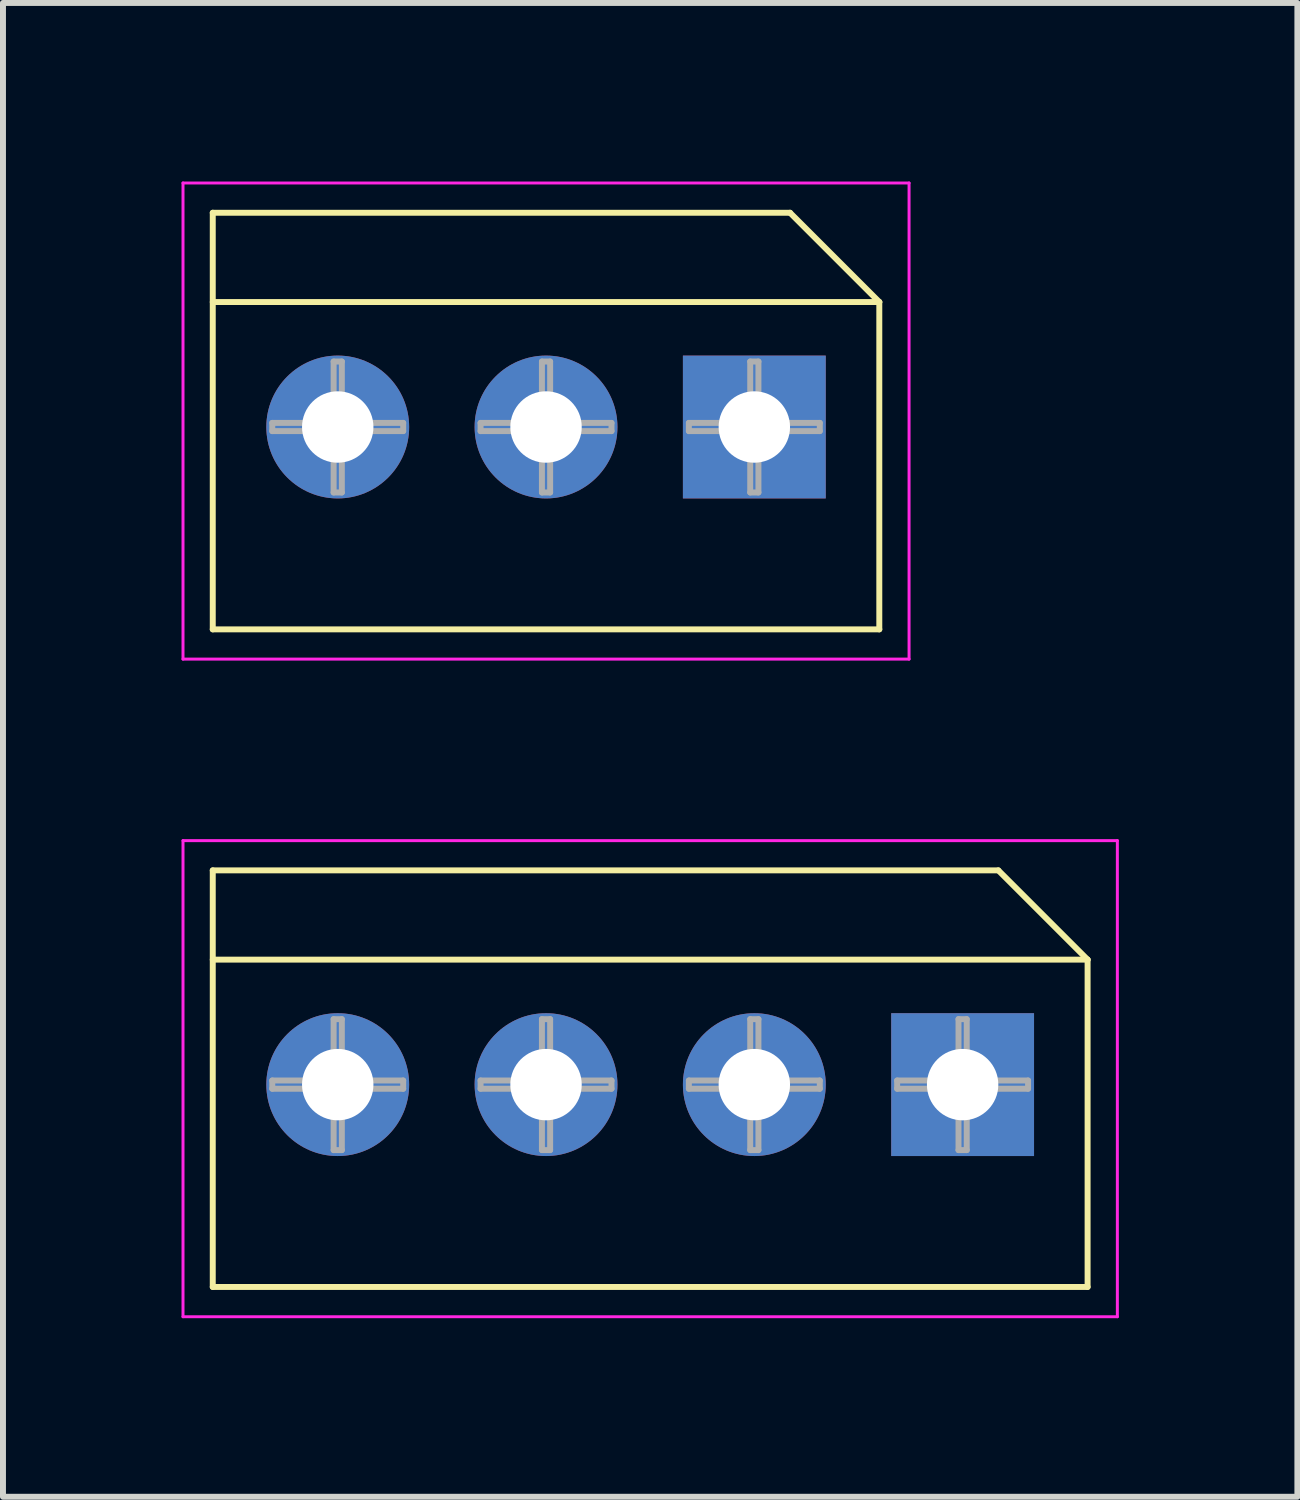
<source format=kicad_pcb>
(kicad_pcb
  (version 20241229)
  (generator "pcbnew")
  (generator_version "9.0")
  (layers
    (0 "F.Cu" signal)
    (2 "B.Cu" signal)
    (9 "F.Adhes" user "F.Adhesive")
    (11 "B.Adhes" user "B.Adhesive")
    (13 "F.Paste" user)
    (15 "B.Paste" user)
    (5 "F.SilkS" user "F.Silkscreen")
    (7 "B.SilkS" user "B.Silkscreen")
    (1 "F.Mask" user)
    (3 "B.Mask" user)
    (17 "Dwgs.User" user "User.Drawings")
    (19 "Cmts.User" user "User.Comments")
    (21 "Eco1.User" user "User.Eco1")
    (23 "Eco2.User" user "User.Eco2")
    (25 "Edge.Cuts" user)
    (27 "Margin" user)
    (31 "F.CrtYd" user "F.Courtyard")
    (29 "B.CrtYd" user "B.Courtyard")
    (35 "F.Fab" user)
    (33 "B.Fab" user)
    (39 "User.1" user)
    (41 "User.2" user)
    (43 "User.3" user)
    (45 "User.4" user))
  (footprint "TerminalBlock_3P_3.5mm"
    (layer "F.Cu")
    (at 6.305 3.96)
    (property "Reference" "TerminalBlock_3P_3.5mm" (at -0.142 -1.61 0) (layer "Eco2.User") (effects (font (size 0.3 0.3) (thickness 0.075))))
    (attr through_hole)
    (fp_line (start -5.78 -3.435) (end 3.92 -3.435) (stroke (width 0.1) (type solid)) (layer "F.SilkS"))
    (fp_line (start -5.78 3.565) (end -5.78 -3.435) (stroke (width 0.1) (type solid)) (layer "F.SilkS"))
    (fp_line (start 3.92 -3.435) (end 5.42 -1.935) (stroke (width 0.1) (type solid)) (layer "F.SilkS"))
    (fp_line (start 5.42 -1.935) (end -5.78 -1.935) (stroke (width 0.1) (type solid)) (layer "F.SilkS"))
    (fp_line (start 5.42 -1.935) (end 5.42 3.565) (stroke (width 0.1) (type solid)) (layer "F.SilkS"))
    (fp_line (start 5.42 3.565) (end -5.78 3.565) (stroke (width 0.1) (type solid)) (layer "F.SilkS"))
    (fp_line (start -6.28 -3.935) (end -6.28 4.065) (stroke (width 0.05) (type solid)) (layer "F.CrtYd"))
    (fp_line (start -6.28 4.065) (end 5.92 4.065) (stroke (width 0.05) (type solid)) (layer "F.CrtYd"))
    (fp_line (start 5.92 -3.935) (end -6.28 -3.935) (stroke (width 0.05) (type solid)) (layer "F.CrtYd"))
    (fp_line (start 5.92 4.065) (end 5.92 -3.935) (stroke (width 0.05) (type solid)) (layer "F.CrtYd"))
    (fp_line (start -4.78 0.096) (end -3.749 0.096) (stroke (width 0.1) (type solid)) (layer "F.Fab"))
    (fp_line (start -4.78 0.234) (end -4.78 0.096) (stroke (width 0.1) (type solid)) (layer "F.Fab"))
    (fp_line (start -3.749 -0.935) (end -3.611 -0.935) (stroke (width 0.1) (type solid)) (layer "F.Fab"))
    (fp_line (start -3.749 0.096) (end -3.749 -0.935) (stroke (width 0.1) (type solid)) (layer "F.Fab"))
    (fp_line (start -3.749 0.234) (end -4.78 0.234) (stroke (width 0.1) (type solid)) (layer "F.Fab"))
    (fp_line (start -3.749 1.265) (end -3.749 0.234) (stroke (width 0.1) (type solid)) (layer "F.Fab"))
    (fp_line (start -3.611 -0.935) (end -3.611 0.096) (stroke (width 0.1) (type solid)) (layer "F.Fab"))
    (fp_line (start -3.611 0.096) (end -2.58 0.096) (stroke (width 0.1) (type solid)) (layer "F.Fab"))
    (fp_line (start -3.611 0.234) (end -3.611 1.265) (stroke (width 0.1) (type solid)) (layer "F.Fab"))
    (fp_line (start -3.611 1.265) (end -3.749 1.265) (stroke (width 0.1) (type solid)) (layer "F.Fab"))
    (fp_line (start -2.58 0.096) (end -2.58 0.234) (stroke (width 0.1) (type solid)) (layer "F.Fab"))
    (fp_line (start -2.58 0.234) (end -3.611 0.234) (stroke (width 0.1) (type solid)) (layer "F.Fab"))
    (fp_line (start -1.28 0.096) (end -0.249 0.096) (stroke (width 0.1) (type solid)) (layer "F.Fab"))
    (fp_line (start -1.28 0.234) (end -1.28 0.096) (stroke (width 0.1) (type solid)) (layer "F.Fab"))
    (fp_line (start -0.249 -0.935) (end -0.111 -0.935) (stroke (width 0.1) (type solid)) (layer "F.Fab"))
    (fp_line (start -0.249 0.096) (end -0.249 -0.935) (stroke (width 0.1) (type solid)) (layer "F.Fab"))
    (fp_line (start -0.249 0.234) (end -1.28 0.234) (stroke (width 0.1) (type solid)) (layer "F.Fab"))
    (fp_line (start -0.249 1.265) (end -0.249 0.234) (stroke (width 0.1) (type solid)) (layer "F.Fab"))
    (fp_line (start -0.111 -0.935) (end -0.111 0.096) (stroke (width 0.1) (type solid)) (layer "F.Fab"))
    (fp_line (start -0.111 0.096) (end 0.92 0.096) (stroke (width 0.1) (type solid)) (layer "F.Fab"))
    (fp_line (start -0.111 0.234) (end -0.111 1.265) (stroke (width 0.1) (type solid)) (layer "F.Fab"))
    (fp_line (start -0.111 1.265) (end -0.249 1.265) (stroke (width 0.1) (type solid)) (layer "F.Fab"))
    (fp_line (start 0.92 0.096) (end 0.92 0.234) (stroke (width 0.1) (type solid)) (layer "F.Fab"))
    (fp_line (start 0.92 0.234) (end -0.111 0.234) (stroke (width 0.1) (type solid)) (layer "F.Fab"))
    (fp_line (start 2.22 0.096) (end 3.251 0.096) (stroke (width 0.1) (type solid)) (layer "F.Fab"))
    (fp_line (start 2.22 0.234) (end 2.22 0.096) (stroke (width 0.1) (type solid)) (layer "F.Fab"))
    (fp_line (start 3.251 -0.935) (end 3.389 -0.935) (stroke (width 0.1) (type solid)) (layer "F.Fab"))
    (fp_line (start 3.251 0.096) (end 3.251 -0.935) (stroke (width 0.1) (type solid)) (layer "F.Fab"))
    (fp_line (start 3.251 0.234) (end 2.22 0.234) (stroke (width 0.1) (type solid)) (layer "F.Fab"))
    (fp_line (start 3.251 1.265) (end 3.251 0.234) (stroke (width 0.1) (type solid)) (layer "F.Fab"))
    (fp_line (start 3.389 -0.935) (end 3.389 0.096) (stroke (width 0.1) (type solid)) (layer "F.Fab"))
    (fp_line (start 3.389 0.096) (end 4.42 0.096) (stroke (width 0.1) (type solid)) (layer "F.Fab"))
    (fp_line (start 3.389 0.234) (end 3.389 1.265) (stroke (width 0.1) (type solid)) (layer "F.Fab"))
    (fp_line (start 3.389 1.265) (end 3.251 1.265) (stroke (width 0.1) (type solid)) (layer "F.Fab"))
    (fp_line (start 4.42 0.096) (end 4.42 0.234) (stroke (width 0.1) (type solid)) (layer "F.Fab"))
    (fp_line (start 4.42 0.234) (end 3.389 0.234) (stroke (width 0.1) (type solid)) (layer "F.Fab"))
    (pad "1" thru_hole rect (at 3.32 0.165 180) (size 2.4 2.4) (drill 1.2) (layers "*.Cu" "*.Mask"))
    (pad "2" thru_hole circle (at -0.18 0.165 180) (size 2.4 2.4) (drill 1.2) (layers "*.Cu" "*.Mask"))
    (pad "3" thru_hole circle (at -3.68 0.165 180) (size 2.4 2.4) (drill 1.2) (layers "*.Cu" "*.Mask")))
  (footprint "TerminalBlock_4P_3.5mm"
    (layer "F.Cu")
    (at 7.844 15.015)
    (property "Reference" "TerminalBlock_4P_3.5mm" (at -0.127 -1.222 0) (layer "Eco2.User") (effects (font (size 0.3 0.3) (thickness 0.075))))
    (attr through_hole)
    (fp_line (start -7.319 -3.44) (end 5.881 -3.44) (stroke (width 0.1) (type solid)) (layer "F.SilkS"))
    (fp_line (start -7.319 3.56) (end -7.319 -3.44) (stroke (width 0.1) (type solid)) (layer "F.SilkS"))
    (fp_line (start 5.881 -3.44) (end 7.381 -1.94) (stroke (width 0.1) (type solid)) (layer "F.SilkS"))
    (fp_line (start 7.381 -1.94) (end -7.319 -1.94) (stroke (width 0.1) (type solid)) (layer "F.SilkS"))
    (fp_line (start 7.381 -1.94) (end 7.381 3.56) (stroke (width 0.1) (type solid)) (layer "F.SilkS"))
    (fp_line (start 7.381 3.56) (end -7.319 3.56) (stroke (width 0.1) (type solid)) (layer "F.SilkS"))
    (fp_line (start -7.819 -3.94) (end -7.819 4.06) (stroke (width 0.05) (type solid)) (layer "F.CrtYd"))
    (fp_line (start -7.819 4.06) (end 7.881 4.06) (stroke (width 0.05) (type solid)) (layer "F.CrtYd"))
    (fp_line (start 7.881 -3.94) (end -7.819 -3.94) (stroke (width 0.05) (type solid)) (layer "F.CrtYd"))
    (fp_line (start 7.881 4.06) (end 7.881 -3.94) (stroke (width 0.05) (type solid)) (layer "F.CrtYd"))
    (fp_line (start -6.319 0.091) (end -5.288 0.091) (stroke (width 0.1) (type solid)) (layer "F.Fab"))
    (fp_line (start -6.319 0.229) (end -6.319 0.091) (stroke (width 0.1) (type solid)) (layer "F.Fab"))
    (fp_line (start -5.288 -0.94) (end -5.15 -0.94) (stroke (width 0.1) (type solid)) (layer "F.Fab"))
    (fp_line (start -5.288 0.091) (end -5.288 -0.94) (stroke (width 0.1) (type solid)) (layer "F.Fab"))
    (fp_line (start -5.288 0.229) (end -6.319 0.229) (stroke (width 0.1) (type solid)) (layer "F.Fab"))
    (fp_line (start -5.288 1.26) (end -5.288 0.229) (stroke (width 0.1) (type solid)) (layer "F.Fab"))
    (fp_line (start -5.15 -0.94) (end -5.15 0.091) (stroke (width 0.1) (type solid)) (layer "F.Fab"))
    (fp_line (start -5.15 0.091) (end -4.119 0.091) (stroke (width 0.1) (type solid)) (layer "F.Fab"))
    (fp_line (start -5.15 0.229) (end -5.15 1.26) (stroke (width 0.1) (type solid)) (layer "F.Fab"))
    (fp_line (start -5.15 1.26) (end -5.288 1.26) (stroke (width 0.1) (type solid)) (layer "F.Fab"))
    (fp_line (start -4.119 0.091) (end -4.119 0.229) (stroke (width 0.1) (type solid)) (layer "F.Fab"))
    (fp_line (start -4.119 0.229) (end -5.15 0.229) (stroke (width 0.1) (type solid)) (layer "F.Fab"))
    (fp_line (start -2.819 0.091) (end -1.788 0.091) (stroke (width 0.1) (type solid)) (layer "F.Fab"))
    (fp_line (start -2.819 0.229) (end -2.819 0.091) (stroke (width 0.1) (type solid)) (layer "F.Fab"))
    (fp_line (start -1.788 -0.94) (end -1.65 -0.94) (stroke (width 0.1) (type solid)) (layer "F.Fab"))
    (fp_line (start -1.788 0.091) (end -1.788 -0.94) (stroke (width 0.1) (type solid)) (layer "F.Fab"))
    (fp_line (start -1.788 0.229) (end -2.819 0.229) (stroke (width 0.1) (type solid)) (layer "F.Fab"))
    (fp_line (start -1.788 1.26) (end -1.788 0.229) (stroke (width 0.1) (type solid)) (layer "F.Fab"))
    (fp_line (start -1.65 -0.94) (end -1.65 0.091) (stroke (width 0.1) (type solid)) (layer "F.Fab"))
    (fp_line (start -1.65 0.091) (end -0.619 0.091) (stroke (width 0.1) (type solid)) (layer "F.Fab"))
    (fp_line (start -1.65 0.229) (end -1.65 1.26) (stroke (width 0.1) (type solid)) (layer "F.Fab"))
    (fp_line (start -1.65 1.26) (end -1.788 1.26) (stroke (width 0.1) (type solid)) (layer "F.Fab"))
    (fp_line (start -0.619 0.091) (end -0.619 0.229) (stroke (width 0.1) (type solid)) (layer "F.Fab"))
    (fp_line (start -0.619 0.229) (end -1.65 0.229) (stroke (width 0.1) (type solid)) (layer "F.Fab"))
    (fp_line (start 0.681 0.091) (end 1.712 0.091) (stroke (width 0.1) (type solid)) (layer "F.Fab"))
    (fp_line (start 0.681 0.229) (end 0.681 0.091) (stroke (width 0.1) (type solid)) (layer "F.Fab"))
    (fp_line (start 1.712 -0.94) (end 1.85 -0.94) (stroke (width 0.1) (type solid)) (layer "F.Fab"))
    (fp_line (start 1.712 0.091) (end 1.712 -0.94) (stroke (width 0.1) (type solid)) (layer "F.Fab"))
    (fp_line (start 1.712 0.229) (end 0.681 0.229) (stroke (width 0.1) (type solid)) (layer "F.Fab"))
    (fp_line (start 1.712 1.26) (end 1.712 0.229) (stroke (width 0.1) (type solid)) (layer "F.Fab"))
    (fp_line (start 1.85 -0.94) (end 1.85 0.091) (stroke (width 0.1) (type solid)) (layer "F.Fab"))
    (fp_line (start 1.85 0.091) (end 2.881 0.091) (stroke (width 0.1) (type solid)) (layer "F.Fab"))
    (fp_line (start 1.85 0.229) (end 1.85 1.26) (stroke (width 0.1) (type solid)) (layer "F.Fab"))
    (fp_line (start 1.85 1.26) (end 1.712 1.26) (stroke (width 0.1) (type solid)) (layer "F.Fab"))
    (fp_line (start 2.881 0.091) (end 2.881 0.229) (stroke (width 0.1) (type solid)) (layer "F.Fab"))
    (fp_line (start 2.881 0.229) (end 1.85 0.229) (stroke (width 0.1) (type solid)) (layer "F.Fab"))
    (fp_line (start 4.181 0.091) (end 5.212 0.091) (stroke (width 0.1) (type solid)) (layer "F.Fab"))
    (fp_line (start 4.181 0.229) (end 4.181 0.091) (stroke (width 0.1) (type solid)) (layer "F.Fab"))
    (fp_line (start 5.212 -0.94) (end 5.35 -0.94) (stroke (width 0.1) (type solid)) (layer "F.Fab"))
    (fp_line (start 5.212 0.091) (end 5.212 -0.94) (stroke (width 0.1) (type solid)) (layer "F.Fab"))
    (fp_line (start 5.212 0.229) (end 4.181 0.229) (stroke (width 0.1) (type solid)) (layer "F.Fab"))
    (fp_line (start 5.212 1.26) (end 5.212 0.229) (stroke (width 0.1) (type solid)) (layer "F.Fab"))
    (fp_line (start 5.35 -0.94) (end 5.35 0.091) (stroke (width 0.1) (type solid)) (layer "F.Fab"))
    (fp_line (start 5.35 0.091) (end 6.381 0.091) (stroke (width 0.1) (type solid)) (layer "F.Fab"))
    (fp_line (start 5.35 0.229) (end 5.35 1.26) (stroke (width 0.1) (type solid)) (layer "F.Fab"))
    (fp_line (start 5.35 1.26) (end 5.212 1.26) (stroke (width 0.1) (type solid)) (layer "F.Fab"))
    (fp_line (start 6.381 0.091) (end 6.381 0.229) (stroke (width 0.1) (type solid)) (layer "F.Fab"))
    (fp_line (start 6.381 0.229) (end 5.35 0.229) (stroke (width 0.1) (type solid)) (layer "F.Fab"))
    (pad "1" thru_hole rect (at 5.281 0.16 180) (size 2.4 2.4) (drill 1.2) (layers "*.Cu" "*.Mask"))
    (pad "2" thru_hole circle (at 1.781 0.16 180) (size 2.4 2.4) (drill 1.2) (layers "*.Cu" "*.Mask"))
    (pad "3" thru_hole circle (at -1.719 0.16 180) (size 2.4 2.4) (drill 1.2) (layers "*.Cu" "*.Mask"))
    (pad "4" thru_hole circle (at -5.219 0.16 180) (size 2.4 2.4) (drill 1.2) (layers "*.Cu" "*.Mask")))
  (gr_rect
    (start -3 -3)
    (end 18.75 22.1)
    (stroke (width 0.1) (type default))
    (fill no)
    (layer "Edge.Cuts")))
</source>
